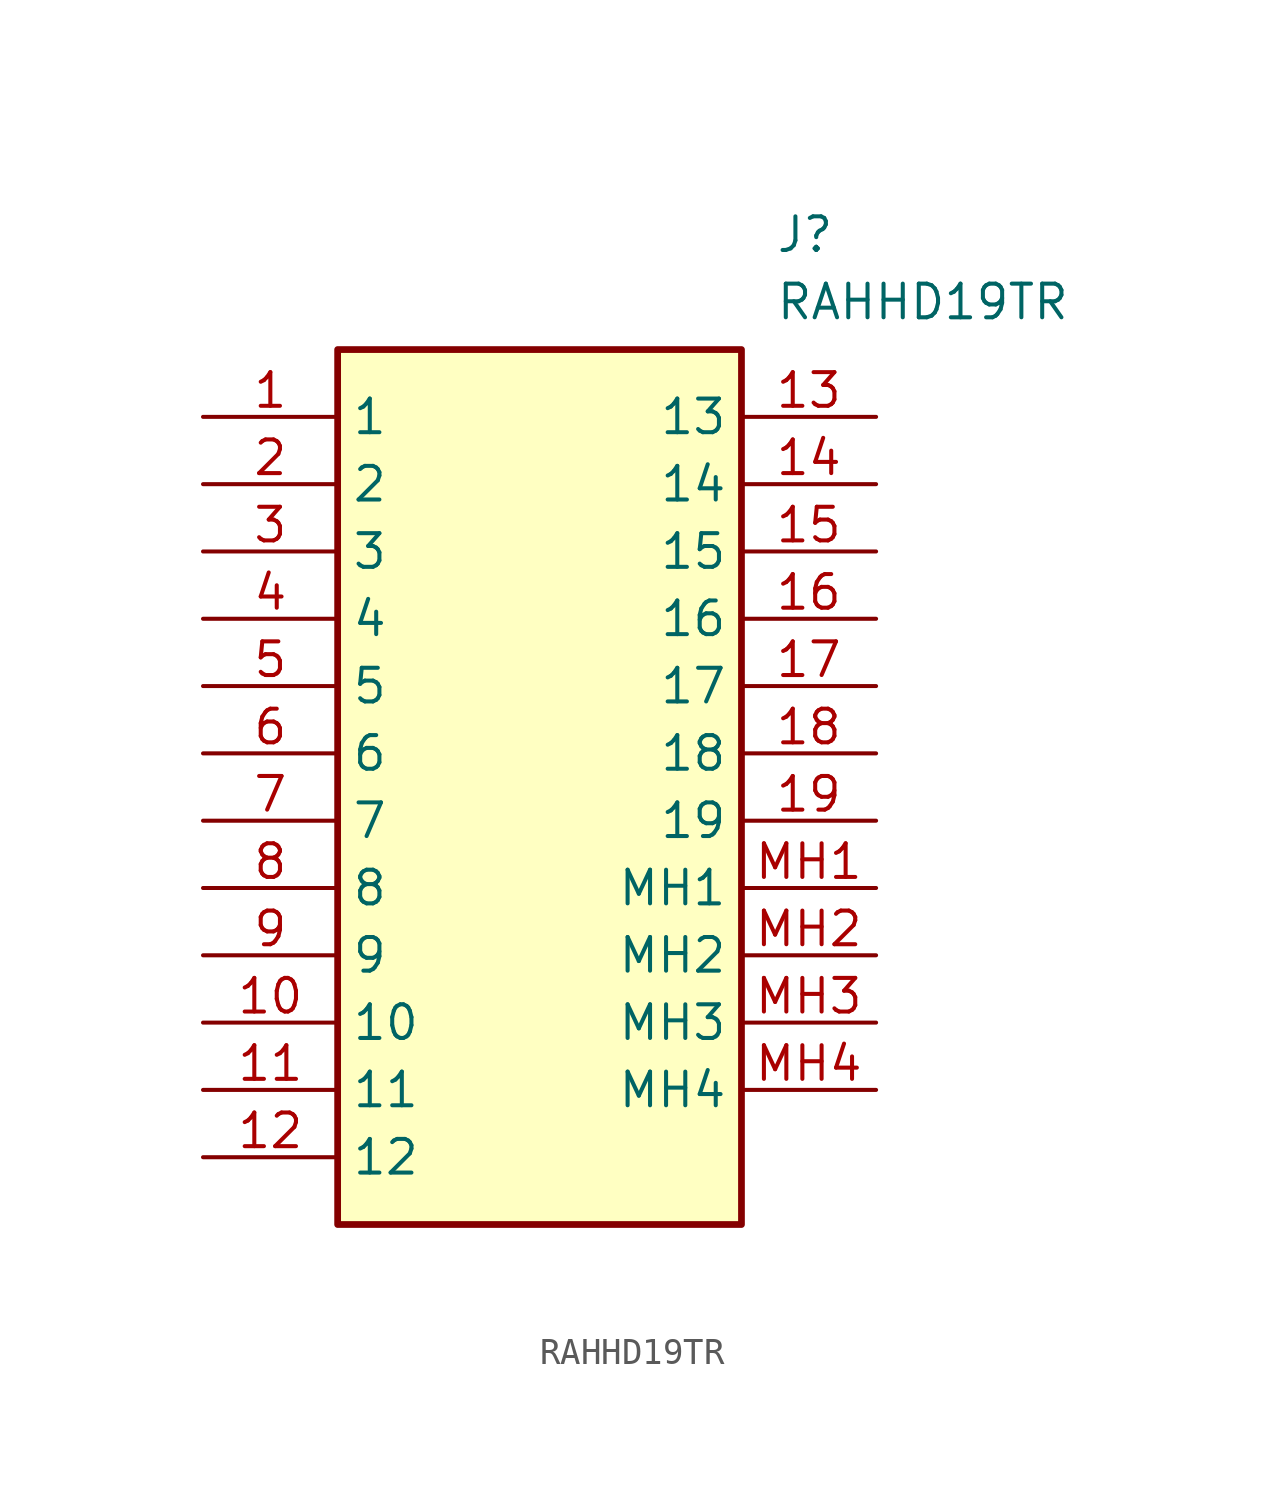
<source format=kicad_sym>
(kicad_symbol_lib
  (version 20211014)
  (generator SamacSys_ECAD_Model)
  (symbol "RAHHD19TR"
    (property "Reference" "J"
      (at 21.59 7.62 0)
      (effects (font (size 1.27 1.27)) (justify left top)))
    (property "Value" "RAHHD19TR"
      (at 21.59 5.08 0)
      (effects (font (size 1.27 1.27)) (justify left top)))
    (rectangle
      (start 5.08 2.54)
      (end 20.32 -30.48)
      (stroke (width 0.254) (type default))
      (fill (type background)))
    (pin passive line
      (at 0 0 0)
      (length 5.08)
      (name "1" (effects (font (size 1.27 1.27))))
      (number "1" (effects (font (size 1.27 1.27)))))
    (pin passive line
      (at 0 -2.54 0)
      (length 5.08)
      (name "2" (effects (font (size 1.27 1.27))))
      (number "2" (effects (font (size 1.27 1.27)))))
    (pin passive line
      (at 0 -5.08 0)
      (length 5.08)
      (name "3" (effects (font (size 1.27 1.27))))
      (number "3" (effects (font (size 1.27 1.27)))))
    (pin passive line
      (at 0 -7.62 0)
      (length 5.08)
      (name "4" (effects (font (size 1.27 1.27))))
      (number "4" (effects (font (size 1.27 1.27)))))
    (pin passive line
      (at 0 -10.16 0)
      (length 5.08)
      (name "5" (effects (font (size 1.27 1.27))))
      (number "5" (effects (font (size 1.27 1.27)))))
    (pin passive line
      (at 0 -12.7 0)
      (length 5.08)
      (name "6" (effects (font (size 1.27 1.27))))
      (number "6" (effects (font (size 1.27 1.27)))))
    (pin passive line
      (at 0 -15.24 0)
      (length 5.08)
      (name "7" (effects (font (size 1.27 1.27))))
      (number "7" (effects (font (size 1.27 1.27)))))
    (pin passive line
      (at 0 -17.78 0)
      (length 5.08)
      (name "8" (effects (font (size 1.27 1.27))))
      (number "8" (effects (font (size 1.27 1.27)))))
    (pin passive line
      (at 0 -20.32 0)
      (length 5.08)
      (name "9" (effects (font (size 1.27 1.27))))
      (number "9" (effects (font (size 1.27 1.27)))))
    (pin passive line
      (at 0 -22.86 0)
      (length 5.08)
      (name "10" (effects (font (size 1.27 1.27))))
      (number "10" (effects (font (size 1.27 1.27)))))
    (pin passive line
      (at 0 -25.4 0)
      (length 5.08)
      (name "11" (effects (font (size 1.27 1.27))))
      (number "11" (effects (font (size 1.27 1.27)))))
    (pin passive line
      (at 0 -27.94 0)
      (length 5.08)
      (name "12" (effects (font (size 1.27 1.27))))
      (number "12" (effects (font (size 1.27 1.27)))))
    (pin passive line
      (at 25.4 0 180)
      (length 5.08)
      (name "13" (effects (font (size 1.27 1.27))))
      (number "13" (effects (font (size 1.27 1.27)))))
    (pin passive line
      (at 25.4 -2.54 180)
      (length 5.08)
      (name "14" (effects (font (size 1.27 1.27))))
      (number "14" (effects (font (size 1.27 1.27)))))
    (pin passive line
      (at 25.4 -5.08 180)
      (length 5.08)
      (name "15" (effects (font (size 1.27 1.27))))
      (number "15" (effects (font (size 1.27 1.27)))))
    (pin passive line
      (at 25.4 -7.62 180)
      (length 5.08)
      (name "16" (effects (font (size 1.27 1.27))))
      (number "16" (effects (font (size 1.27 1.27)))))
    (pin passive line
      (at 25.4 -10.16 180)
      (length 5.08)
      (name "17" (effects (font (size 1.27 1.27))))
      (number "17" (effects (font (size 1.27 1.27)))))
    (pin passive line
      (at 25.4 -12.7 180)
      (length 5.08)
      (name "18" (effects (font (size 1.27 1.27))))
      (number "18" (effects (font (size 1.27 1.27)))))
    (pin passive line
      (at 25.4 -15.24 180)
      (length 5.08)
      (name "19" (effects (font (size 1.27 1.27))))
      (number "19" (effects (font (size 1.27 1.27)))))
    (pin passive line
      (at 25.4 -17.78 180)
      (length 5.08)
      (name "MH1" (effects (font (size 1.27 1.27))))
      (number "MH1" (effects (font (size 1.27 1.27)))))
    (pin passive line
      (at 25.4 -20.32 180)
      (length 5.08)
      (name "MH2" (effects (font (size 1.27 1.27))))
      (number "MH2" (effects (font (size 1.27 1.27)))))
    (pin passive line
      (at 25.4 -22.86 180)
      (length 5.08)
      (name "MH3" (effects (font (size 1.27 1.27))))
      (number "MH3" (effects (font (size 1.27 1.27)))))
    (pin passive line
      (at 25.4 -25.4 180)
      (length 5.08)
      (name "MH4" (effects (font (size 1.27 1.27))))
      (number "MH4" (effects (font (size 1.27 1.27)))))))
</source>
